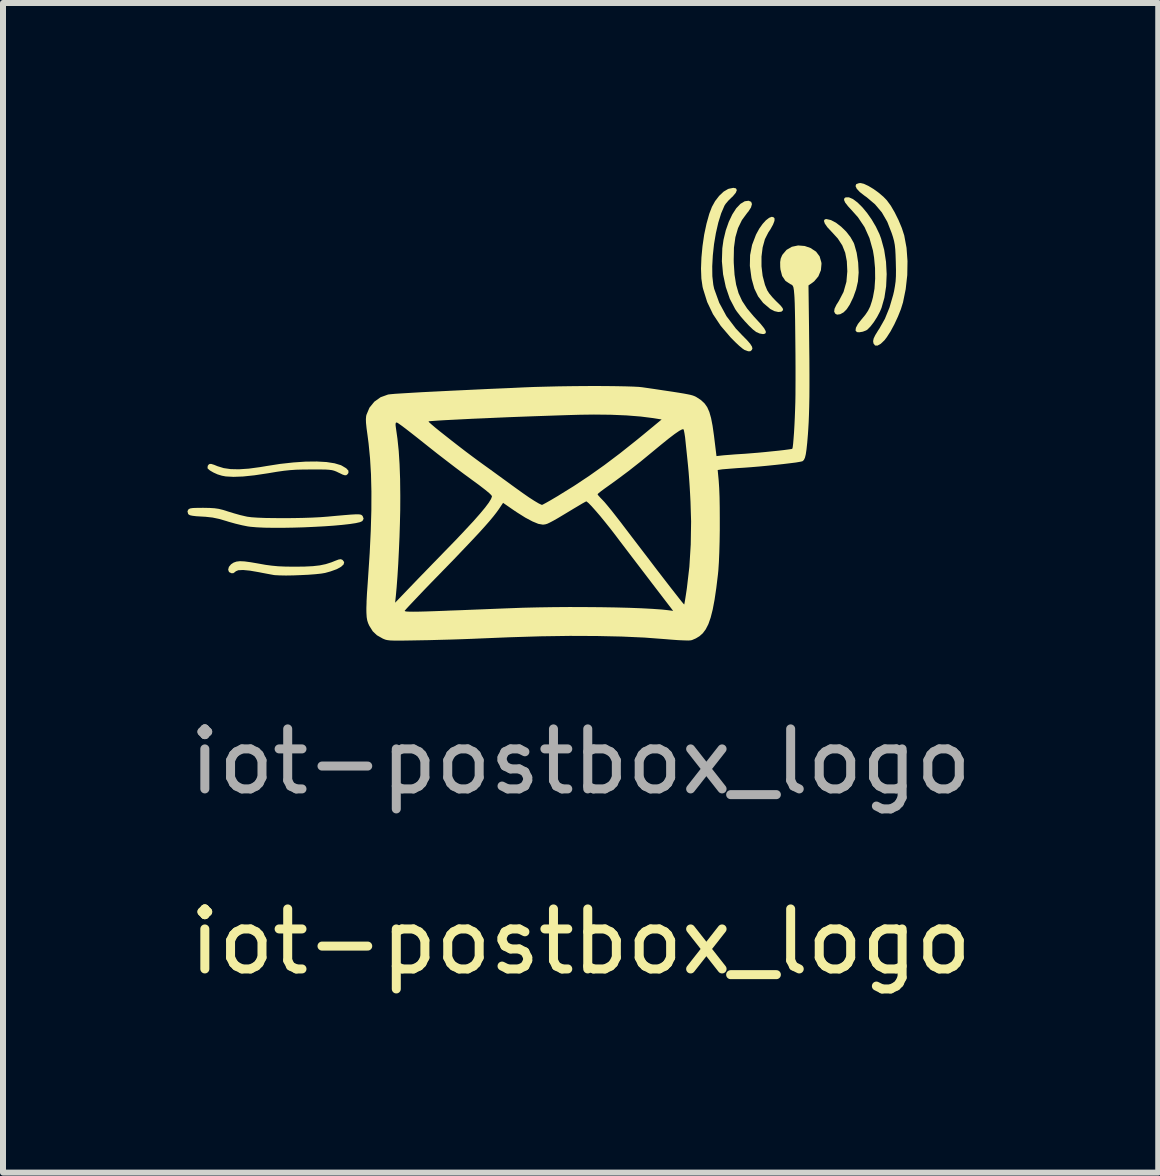
<source format=kicad_pcb>
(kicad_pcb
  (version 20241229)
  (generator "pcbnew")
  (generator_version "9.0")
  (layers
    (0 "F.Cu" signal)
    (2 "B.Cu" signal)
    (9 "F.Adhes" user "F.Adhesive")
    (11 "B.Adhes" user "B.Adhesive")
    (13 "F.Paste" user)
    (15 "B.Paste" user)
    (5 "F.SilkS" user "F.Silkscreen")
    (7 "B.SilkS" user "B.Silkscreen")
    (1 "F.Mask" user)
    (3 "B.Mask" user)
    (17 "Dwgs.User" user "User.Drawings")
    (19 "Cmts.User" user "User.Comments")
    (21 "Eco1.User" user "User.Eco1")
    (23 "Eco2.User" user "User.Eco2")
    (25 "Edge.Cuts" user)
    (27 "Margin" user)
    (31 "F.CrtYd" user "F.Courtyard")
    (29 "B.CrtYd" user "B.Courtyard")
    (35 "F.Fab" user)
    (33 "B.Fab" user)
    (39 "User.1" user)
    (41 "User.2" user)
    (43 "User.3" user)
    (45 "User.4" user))
  (footprint "iot-postbox_logo"
    (layer "F.Cu")
    (at 6.625 3.641)
    (property "Reference" "iot-postbox_logo" (at 0 9 0) (unlocked yes) (layer "F.SilkS") (effects (font (size 1 1) (thickness 0.15))))
    (fp_poly (pts (xy 4.171 -3.024) (xy 4.255 -2.98) (xy 4.342 -2.913) (xy 4.425 -2.832) (xy 4.496 -2.741) (xy 4.549 -2.648) (xy 4.559 -2.624) (xy 4.6 -2.479) (xy 4.625 -2.315) (xy 4.633 -2.149) (xy 4.621 -2) (xy 4.591 -1.87) (xy 4.543 -1.736) (xy 4.484 -1.614) (xy 4.434 -1.538) (xy 4.382 -1.486) (xy 4.325 -1.455) (xy 4.273 -1.448) (xy 4.243 -1.464) (xy 4.225 -1.498) (xy 4.231 -1.546) (xy 4.263 -1.613) (xy 4.303 -1.676) (xy 4.381 -1.826) (xy 4.429 -1.995) (xy 4.444 -2.17) (xy 4.436 -2.338) (xy 4.409 -2.479) (xy 4.36 -2.602) (xy 4.285 -2.717) (xy 4.184 -2.827) (xy 4.112 -2.904) (xy 4.069 -2.966) (xy 4.054 -3.011) (xy 4.069 -3.036) (xy 4.096 -3.041)) (stroke (width 0) (type solid)) (fill yes) (layer "F.SilkS"))
    (fp_poly (pts (xy 3.221 -3.067) (xy 3.232 -3.049) (xy 3.23 -3.01) (xy 3.206 -2.948) (xy 3.163 -2.87) (xy 3.128 -2.818) (xy 3.071 -2.706) (xy 3.033 -2.568) (xy 3.014 -2.415) (xy 3.014 -2.254) (xy 3.033 -2.094) (xy 3.072 -1.944) (xy 3.109 -1.854) (xy 3.143 -1.801) (xy 3.197 -1.736) (xy 3.258 -1.672) (xy 3.267 -1.664) (xy 3.332 -1.6) (xy 3.367 -1.555) (xy 3.374 -1.526) (xy 3.373 -1.523) (xy 3.345 -1.497) (xy 3.294 -1.492) (xy 3.231 -1.506) (xy 3.166 -1.539) (xy 3.155 -1.547) (xy 3.042 -1.643) (xy 2.957 -1.753) (xy 2.895 -1.882) (xy 2.851 -2.04) (xy 2.846 -2.065) (xy 2.82 -2.261) (xy 2.824 -2.44) (xy 2.857 -2.61) (xy 2.922 -2.78) (xy 2.926 -2.788) (xy 2.976 -2.88) (xy 3.032 -2.959) (xy 3.088 -3.021) (xy 3.142 -3.062) (xy 3.187 -3.079)) (stroke (width 0) (type solid)) (fill yes) (layer "F.SilkS"))
    (fp_poly (pts (xy 2.842 -3.328) (xy 2.855 -3.29) (xy 2.839 -3.234) (xy 2.794 -3.164) (xy 2.777 -3.145) (xy 2.688 -3.024) (xy 2.623 -2.89) (xy 2.579 -2.739) (xy 2.555 -2.564) (xy 2.551 -2.362) (xy 2.552 -2.308) (xy 2.565 -2.113) (xy 2.591 -1.949) (xy 2.632 -1.805) (xy 2.692 -1.675) (xy 2.774 -1.551) (xy 2.881 -1.423) (xy 2.917 -1.384) (xy 3.002 -1.291) (xy 3.058 -1.221) (xy 3.085 -1.172) (xy 3.085 -1.141) (xy 3.059 -1.126) (xy 3.036 -1.124) (xy 2.982 -1.134) (xy 2.925 -1.159) (xy 2.924 -1.16) (xy 2.873 -1.199) (xy 2.807 -1.262) (xy 2.735 -1.339) (xy 2.665 -1.42) (xy 2.604 -1.499) (xy 2.576 -1.54) (xy 2.486 -1.712) (xy 2.419 -1.908) (xy 2.374 -2.12) (xy 2.354 -2.338) (xy 2.361 -2.554) (xy 2.381 -2.695) (xy 2.419 -2.853) (xy 2.469 -2.995) (xy 2.528 -3.119) (xy 2.593 -3.22) (xy 2.663 -3.294) (xy 2.734 -3.337) (xy 2.799 -3.346)) (stroke (width 0) (type solid)) (fill yes) (layer "F.SilkS"))
    (fp_poly (pts (xy 4.538 -3.374) (xy 4.614 -3.317) (xy 4.693 -3.239) (xy 4.773 -3.143) (xy 4.85 -3.033) (xy 4.92 -2.914) (xy 4.979 -2.791) (xy 5.007 -2.716) (xy 5.058 -2.529) (xy 5.089 -2.328) (xy 5.1 -2.123) (xy 5.091 -1.92) (xy 5.062 -1.73) (xy 5.014 -1.561) (xy 4.987 -1.497) (xy 4.94 -1.408) (xy 4.885 -1.322) (xy 4.829 -1.25) (xy 4.779 -1.199) (xy 4.757 -1.185) (xy 4.702 -1.164) (xy 4.644 -1.154) (xy 4.604 -1.157) (xy 4.581 -1.183) (xy 4.587 -1.229) (xy 4.621 -1.293) (xy 4.677 -1.364) (xy 4.743 -1.444) (xy 4.79 -1.514) (xy 4.825 -1.585) (xy 4.854 -1.674) (xy 4.871 -1.738) (xy 4.897 -1.88) (xy 4.908 -2.046) (xy 4.906 -2.223) (xy 4.89 -2.399) (xy 4.871 -2.516) (xy 4.813 -2.724) (xy 4.731 -2.907) (xy 4.621 -3.071) (xy 4.532 -3.171) (xy 4.456 -3.254) (xy 4.408 -3.316) (xy 4.389 -3.36) (xy 4.396 -3.389) (xy 4.415 -3.402) (xy 4.471 -3.403)) (stroke (width 0) (type solid)) (fill yes) (layer "F.SilkS"))
    (fp_poly (pts (xy -3.968 2.639) (xy -3.967 2.639) (xy -3.94 2.675) (xy -3.949 2.714) (xy -3.992 2.754) (xy -4.065 2.794) (xy -4.168 2.831) (xy -4.258 2.856) (xy -4.323 2.867) (xy -4.418 2.877) (xy -4.534 2.886) (xy -4.66 2.892) (xy -4.788 2.897) (xy -4.909 2.899) (xy -5.013 2.897) (xy -5.091 2.893) (xy -5.11 2.891) (xy -5.154 2.883) (xy -5.224 2.87) (xy -5.309 2.854) (xy -5.359 2.844) (xy -5.509 2.818) (xy -5.624 2.807) (xy -5.704 2.811) (xy -5.748 2.829) (xy -5.754 2.837) (xy -5.787 2.86) (xy -5.818 2.861) (xy -5.859 2.841) (xy -5.873 2.802) (xy -5.861 2.755) (xy -5.825 2.712) (xy -5.783 2.684) (xy -5.735 2.667) (xy -5.676 2.66) (xy -5.598 2.664) (xy -5.496 2.678) (xy -5.373 2.699) (xy -5.251 2.721) (xy -5.145 2.735) (xy -5.04 2.745) (xy -4.925 2.75) (xy -4.785 2.752) (xy -4.765 2.752) (xy -4.598 2.75) (xy -4.461 2.743) (xy -4.346 2.73) (xy -4.246 2.709) (xy -4.152 2.679) (xy -4.09 2.654) (xy -4.032 2.632) (xy -3.995 2.627)) (stroke (width 0) (type solid)) (fill yes) (layer "F.SilkS"))
    (fp_poly (pts (xy -4.235 1.008) (xy -4.1 1.029) (xy -3.996 1.06) (xy -3.98 1.068) (xy -3.906 1.112) (xy -3.869 1.152) (xy -3.869 1.19) (xy -3.884 1.211) (xy -3.904 1.227) (xy -3.927 1.229) (xy -3.964 1.218) (xy -4.024 1.189) (xy -4.029 1.187) (xy -4.07 1.167) (xy -4.106 1.153) (xy -4.144 1.143) (xy -4.191 1.137) (xy -4.254 1.133) (xy -4.339 1.132) (xy -4.455 1.132) (xy -4.49 1.132) (xy -4.627 1.133) (xy -4.74 1.136) (xy -4.843 1.143) (xy -4.947 1.154) (xy -5.065 1.171) (xy -5.208 1.195) (xy -5.434 1.229) (xy -5.625 1.249) (xy -5.784 1.255) (xy -5.912 1.248) (xy -5.977 1.236) (xy -6.049 1.214) (xy -6.12 1.182) (xy -6.178 1.148) (xy -6.213 1.117) (xy -6.217 1.11) (xy -6.214 1.073) (xy -6.201 1.053) (xy -6.182 1.04) (xy -6.154 1.04) (xy -6.108 1.054) (xy -6.049 1.078) (xy -5.948 1.109) (xy -5.831 1.126) (xy -5.693 1.129) (xy -5.53 1.118) (xy -5.337 1.092) (xy -5.236 1.075) (xy -5.006 1.039) (xy -4.787 1.015) (xy -4.583 1.001) (xy -4.397 0.999)) (stroke (width 0) (type solid)) (fill yes) (layer "F.SilkS"))
    (fp_poly (pts (xy 2.589 -3.552) (xy 2.603 -3.523) (xy 2.585 -3.478) (xy 2.535 -3.418) (xy 2.516 -3.401) (xy 2.462 -3.348) (xy 2.417 -3.295) (xy 2.397 -3.264) (xy 2.342 -3.136) (xy 2.294 -2.981) (xy 2.254 -2.806) (xy 2.223 -2.622) (xy 2.203 -2.435) (xy 2.193 -2.254) (xy 2.195 -2.088) (xy 2.211 -1.945) (xy 2.225 -1.88) (xy 2.31 -1.645) (xy 2.43 -1.423) (xy 2.586 -1.217) (xy 2.692 -1.105) (xy 2.773 -1.023) (xy 2.826 -0.962) (xy 2.855 -0.916) (xy 2.863 -0.883) (xy 2.852 -0.858) (xy 2.827 -0.838) (xy 2.791 -0.838) (xy 2.734 -0.859) (xy 2.731 -0.86) (xy 2.696 -0.884) (xy 2.641 -0.93) (xy 2.576 -0.991) (xy 2.505 -1.063) (xy 2.499 -1.069) (xy 2.335 -1.261) (xy 2.206 -1.455) (xy 2.109 -1.658) (xy 2.041 -1.876) (xy 2.032 -1.912) (xy 2.012 -2.05) (xy 2.006 -2.215) (xy 2.013 -2.399) (xy 2.031 -2.59) (xy 2.059 -2.782) (xy 2.098 -2.965) (xy 2.144 -3.129) (xy 2.188 -3.244) (xy 2.241 -3.34) (xy 2.309 -3.428) (xy 2.383 -3.498) (xy 2.456 -3.541) (xy 2.47 -3.546) (xy 2.545 -3.561)) (stroke (width 0) (type solid)) (fill yes) (layer "F.SilkS"))
    (fp_poly (pts (xy 4.72 -3.628) (xy 4.795 -3.593) (xy 4.88 -3.542) (xy 4.966 -3.48) (xy 5.046 -3.412) (xy 5.102 -3.354) (xy 5.167 -3.266) (xy 5.234 -3.151) (xy 5.298 -3.022) (xy 5.353 -2.89) (xy 5.393 -2.766) (xy 5.394 -2.76) (xy 5.431 -2.561) (xy 5.447 -2.34) (xy 5.443 -2.107) (xy 5.417 -1.873) (xy 5.372 -1.652) (xy 5.337 -1.539) (xy 5.287 -1.414) (xy 5.228 -1.287) (xy 5.165 -1.17) (xy 5.102 -1.072) (xy 5.064 -1.022) (xy 5.001 -0.962) (xy 4.947 -0.932) (xy 4.906 -0.934) (xy 4.88 -0.968) (xy 4.88 -0.969) (xy 4.874 -1.007) (xy 4.883 -1.051) (xy 4.91 -1.107) (xy 4.957 -1.184) (xy 4.979 -1.217) (xy 5.07 -1.378) (xy 5.147 -1.567) (xy 5.208 -1.776) (xy 5.223 -1.84) (xy 5.238 -1.925) (xy 5.249 -2.004) (xy 5.254 -2.089) (xy 5.255 -2.191) (xy 5.252 -2.32) (xy 5.252 -2.324) (xy 5.248 -2.445) (xy 5.243 -2.536) (xy 5.235 -2.61) (xy 5.223 -2.674) (xy 5.205 -2.741) (xy 5.183 -2.808) (xy 5.11 -2.995) (xy 5.019 -3.152) (xy 4.906 -3.286) (xy 4.766 -3.405) (xy 4.73 -3.43) (xy 4.651 -3.492) (xy 4.601 -3.546) (xy 4.581 -3.591) (xy 4.593 -3.623) (xy 4.638 -3.639) (xy 4.665 -3.641)) (stroke (width 0) (type solid)) (fill yes) (layer "F.SilkS"))
    (fp_poly (pts (xy -6.289 1.771) (xy -6.182 1.773) (xy -6.101 1.778) (xy -6.031 1.788) (xy -5.958 1.806) (xy -5.873 1.833) (xy -5.775 1.863) (xy -5.672 1.892) (xy -5.582 1.913) (xy -5.554 1.919) (xy -5.484 1.928) (xy -5.382 1.935) (xy -5.255 1.94) (xy -5.11 1.942) (xy -4.952 1.943) (xy -4.789 1.942) (xy -4.628 1.939) (xy -4.475 1.934) (xy -4.336 1.927) (xy -4.219 1.918) (xy -4.057 1.903) (xy -3.929 1.892) (xy -3.831 1.884) (xy -3.759 1.88) (xy -3.708 1.879) (xy -3.674 1.882) (xy -3.653 1.889) (xy -3.64 1.899) (xy -3.63 1.913) (xy -3.629 1.915) (xy -3.616 1.953) (xy -3.632 1.984) (xy -3.641 1.994) (xy -3.677 2.01) (xy -3.747 2.026) (xy -3.846 2.041) (xy -3.97 2.055) (xy -4.113 2.068) (xy -4.271 2.079) (xy -4.439 2.088) (xy -4.613 2.096) (xy -4.787 2.101) (xy -4.957 2.104) (xy -5.118 2.104) (xy -5.265 2.102) (xy -5.394 2.096) (xy -5.499 2.087) (xy -5.545 2.081) (xy -5.64 2.062) (xy -5.752 2.035) (xy -5.863 2.004) (xy -5.904 1.991) (xy -6.024 1.956) (xy -6.133 1.933) (xy -6.252 1.92) (xy -6.308 1.917) (xy -6.405 1.911) (xy -6.471 1.903) (xy -6.511 1.894) (xy -6.534 1.88) (xy -6.54 1.872) (xy -6.551 1.83) (xy -6.54 1.804) (xy -6.526 1.79) (xy -6.501 1.78) (xy -6.459 1.774) (xy -6.392 1.772) (xy -6.293 1.771)) (stroke (width 0) (type solid)) (fill yes) (layer "F.SilkS"))
    (fp_poly (pts (xy 3.734 -2.592) (xy 3.83 -2.559) (xy 3.923 -2.498) (xy 3.982 -2.42) (xy 4.011 -2.321) (xy 4.014 -2.297) (xy 4.004 -2.188) (xy 3.962 -2.086) (xy 3.892 -2.003) (xy 3.862 -1.98) (xy 3.797 -1.935) (xy 3.806 -1.244) (xy 3.809 -0.948) (xy 3.812 -0.686) (xy 3.813 -0.457) (xy 3.813 -0.255) (xy 3.812 -0.077) (xy 3.809 0.08) (xy 3.805 0.221) (xy 3.8 0.348) (xy 3.793 0.465) (xy 3.788 0.541) (xy 3.776 0.686) (xy 3.764 0.798) (xy 3.752 0.879) (xy 3.738 0.936) (xy 3.721 0.972) (xy 3.702 0.991) (xy 3.693 0.996) (xy 3.656 1.004) (xy 3.586 1.016) (xy 3.49 1.028) (xy 3.374 1.042) (xy 3.245 1.056) (xy 3.108 1.07) (xy 2.97 1.083) (xy 2.837 1.094) (xy 2.73 1.102) (xy 2.617 1.109) (xy 2.513 1.117) (xy 2.427 1.124) (xy 2.366 1.129) (xy 2.343 1.132) (xy 2.284 1.141) (xy 2.301 1.32) (xy 2.309 1.441) (xy 2.315 1.592) (xy 2.318 1.765) (xy 2.319 1.951) (xy 2.319 2.144) (xy 2.316 2.334) (xy 2.311 2.514) (xy 2.304 2.677) (xy 2.295 2.813) (xy 2.289 2.875) (xy 2.261 3.106) (xy 2.232 3.302) (xy 2.201 3.466) (xy 2.167 3.6) (xy 2.129 3.709) (xy 2.085 3.795) (xy 2.036 3.861) (xy 1.981 3.91) (xy 1.92 3.947) (xy 1.857 3.974) (xy 1.836 3.979) (xy 1.795 3.982) (xy 1.723 3.98) (xy 1.628 3.976) (xy 1.518 3.968) (xy 1.408 3.959) (xy 1.064 3.933) (xy 0.686 3.916) (xy 0.272 3.907) (xy -0.178 3.905) (xy -0.664 3.912) (xy -1.186 3.928) (xy -1.674 3.948) (xy -1.811 3.954) (xy -1.976 3.96) (xy -2.159 3.966) (xy -2.347 3.971) (xy -2.529 3.976) (xy -2.651 3.978) (xy -2.814 3.981) (xy -2.942 3.983) (xy -3.042 3.984) (xy -3.117 3.983) (xy -3.173 3.981) (xy -3.215 3.976) (xy -3.246 3.97) (xy -3.273 3.96) (xy -3.299 3.949) (xy -3.3 3.948) (xy -3.395 3.894) (xy -3.464 3.828) (xy -3.521 3.737) (xy -3.524 3.731) (xy -3.542 3.691) (xy -3.556 3.646) (xy -3.565 3.592) (xy -3.569 3.525) (xy -3.57 3.488) (xy -2.932 3.488) (xy -2.925 3.494) (xy -2.901 3.499) (xy -2.858 3.501) (xy -2.792 3.502) (xy -2.701 3.501) (xy -2.582 3.498) (xy -2.43 3.493) (xy -2.244 3.486) (xy -2.177 3.483) (xy -2.004 3.477) (xy -1.809 3.469) (xy -1.605 3.461) (xy -1.409 3.453) (xy -1.233 3.446) (xy -1.202 3.445) (xy -0.963 3.436) (xy -0.71 3.43) (xy -0.449 3.426) (xy -0.185 3.424) (xy 0.078 3.425) (xy 0.334 3.427) (xy 0.58 3.431) (xy 0.809 3.437) (xy 1.018 3.445) (xy 1.202 3.455) (xy 1.355 3.466) (xy 1.449 3.476) (xy 1.542 3.488) (xy 1.188 3.026) (xy 1.083 2.888) (xy 0.97 2.74) (xy 0.857 2.592) (xy 0.749 2.45) (xy 0.653 2.324) (xy 0.586 2.235) (xy 0.496 2.118) (xy 0.407 2.007) (xy 0.323 1.904) (xy 0.246 1.815) (xy 0.182 1.743) (xy 0.132 1.692) (xy 0.1 1.666) (xy 0.094 1.664) (xy 0.075 1.673) (xy 0.028 1.699) (xy -0.039 1.739) (xy -0.12 1.787) (xy -0.151 1.806) (xy -0.279 1.883) (xy -0.379 1.943) (xy -0.455 1.986) (xy -0.512 2.016) (xy -0.554 2.036) (xy -0.587 2.046) (xy -0.615 2.05) (xy -0.632 2.051) (xy -0.705 2.038) (xy -0.802 1.998) (xy -0.922 1.934) (xy -1.062 1.846) (xy -1.11 1.814) (xy -1.292 1.688) (xy -1.365 1.797) (xy -1.405 1.852) (xy -1.456 1.917) (xy -1.52 1.994) (xy -1.599 2.084) (xy -1.695 2.19) (xy -1.81 2.313) (xy -1.947 2.457) (xy -2.106 2.624) (xy -2.291 2.814) (xy -2.358 2.883) (xy -2.48 3.008) (xy -2.593 3.125) (xy -2.694 3.231) (xy -2.781 3.323) (xy -2.851 3.397) (xy -2.901 3.451) (xy -2.928 3.482) (xy -2.932 3.488) (xy -3.57 3.488) (xy -3.57 3.439) (xy -3.567 3.352) (xy -3.091 3.352) (xy -2.871 3.123) (xy -2.796 3.045) (xy -2.701 2.946) (xy -2.591 2.833) (xy -2.474 2.712) (xy -2.356 2.591) (xy -2.264 2.496) (xy -2.076 2.303) (xy -1.917 2.134) (xy -1.783 1.99) (xy -1.675 1.867) (xy -1.591 1.766) (xy -1.531 1.686) (xy -1.493 1.624) (xy -1.477 1.582) (xy -1.487 1.561) (xy -1.525 1.524) (xy -1.592 1.469) (xy -1.688 1.395) (xy -1.815 1.302) (xy -1.828 1.292) (xy -1.947 1.205) (xy -2.087 1.1) (xy -2.237 0.985) (xy -2.39 0.867) (xy -2.534 0.753) (xy -2.612 0.691) (xy -2.724 0.602) (xy -2.826 0.522) (xy -2.915 0.453) (xy -2.987 0.399) (xy -3.038 0.363) (xy -3.064 0.348) (xy -3.065 0.348) (xy -3.081 0.357) (xy -3.084 0.389) (xy -3.079 0.43) (xy -3.052 0.621) (xy -3.031 0.824) (xy -3.017 1.044) (xy -3.008 1.289) (xy -3.005 1.564) (xy -3.005 1.615) (xy -3.006 1.812) (xy -3.011 2.027) (xy -3.018 2.254) (xy -3.028 2.482) (xy -3.039 2.704) (xy -3.052 2.912) (xy -3.066 3.097) (xy -3.079 3.239) (xy -3.091 3.352) (xy -3.567 3.352) (xy -3.567 3.331) (xy -3.56 3.196) (xy -3.548 3.028) (xy -3.542 2.939) (xy -3.515 2.53) (xy -3.497 2.156) (xy -3.487 1.814) (xy -3.486 1.5) (xy -3.493 1.212) (xy -3.509 0.946) (xy -3.533 0.7) (xy -3.551 0.561) (xy -3.567 0.444) (xy -3.576 0.357) (xy -3.577 0.331) (xy -2.535 0.331) (xy -2.524 0.346) (xy -2.486 0.38) (xy -2.425 0.432) (xy -2.345 0.497) (xy -2.25 0.572) (xy -2.146 0.654) (xy -2.034 0.741) (xy -1.921 0.828) (xy -1.809 0.912) (xy -1.702 0.991) (xy -1.625 1.047) (xy -1.508 1.131) (xy -1.383 1.222) (xy -1.259 1.312) (xy -1.148 1.393) (xy -1.083 1.44) (xy -0.966 1.524) (xy -0.861 1.597) (xy -0.771 1.655) (xy -0.7 1.697) (xy -0.654 1.719) (xy -0.642 1.722) (xy -0.621 1.712) (xy -0.573 1.686) (xy -0.504 1.647) (xy -0.421 1.598) (xy -0.38 1.574) (xy -0.334 1.545) (xy 0.282 1.545) (xy 0.295 1.565) (xy 0.328 1.602) (xy 0.361 1.636) (xy 0.397 1.674) (xy 0.45 1.737) (xy 0.518 1.82) (xy 0.594 1.917) (xy 0.675 2.021) (xy 0.705 2.061) (xy 0.858 2.262) (xy 1.004 2.453) (xy 1.141 2.632) (xy 1.267 2.798) (xy 1.382 2.947) (xy 1.483 3.078) (xy 1.569 3.188) (xy 1.638 3.276) (xy 1.688 3.339) (xy 1.718 3.374) (xy 1.726 3.382) (xy 1.731 3.362) (xy 1.74 3.31) (xy 1.752 3.234) (xy 1.766 3.141) (xy 1.771 3.106) (xy 1.812 2.755) (xy 1.835 2.382) (xy 1.841 1.997) (xy 1.831 1.67) (xy 1.824 1.536) (xy 1.817 1.414) (xy 1.809 1.298) (xy 1.8 1.179) (xy 1.788 1.051) (xy 1.773 0.904) (xy 1.755 0.733) (xy 1.741 0.596) (xy 1.731 0.532) (xy 1.721 0.481) (xy 1.714 0.462) (xy 1.692 0.463) (xy 1.643 0.489) (xy 1.567 0.541) (xy 1.466 0.618) (xy 1.341 0.719) (xy 1.192 0.842) (xy 1 1) (xy 0.799 1.158) (xy 0.602 1.305) (xy 0.466 1.403) (xy 0.393 1.455) (xy 0.334 1.499) (xy 0.295 1.531) (xy 0.282 1.545) (xy -0.334 1.545) (xy -0.114 1.409) (xy 0.142 1.239) (xy 0.396 1.059) (xy 0.656 0.863) (xy 0.93 0.645) (xy 1.044 0.552) (xy 1.35 0.299) (xy 1.208 0.276) (xy 1.003 0.25) (xy 0.766 0.231) (xy 0.504 0.22) (xy 0.221 0.217) (xy -0.009 0.22) (xy -0.184 0.225) (xy -0.373 0.231) (xy -0.574 0.238) (xy -0.781 0.245) (xy -0.993 0.253) (xy -1.204 0.261) (xy -1.412 0.27) (xy -1.613 0.279) (xy -1.803 0.287) (xy -1.979 0.296) (xy -2.137 0.304) (xy -2.274 0.311) (xy -2.386 0.318) (xy -2.469 0.324) (xy -2.52 0.328) (xy -2.535 0.331) (xy -3.577 0.331) (xy -3.578 0.293) (xy -3.574 0.245) (xy -3.569 0.222) (xy -3.519 0.103) (xy -3.438 0.003) (xy -3.333 -0.072) (xy -3.211 -0.116) (xy -3.208 -0.117) (xy -3.167 -0.122) (xy -3.09 -0.129) (xy -2.977 -0.136) (xy -2.828 -0.145) (xy -2.643 -0.156) (xy -2.421 -0.167) (xy -2.161 -0.18) (xy -1.864 -0.194) (xy -1.529 -0.21) (xy -1.156 -0.226) (xy -0.948 -0.236) (xy -0.768 -0.243) (xy -0.576 -0.248) (xy -0.374 -0.253) (xy -0.169 -0.256) (xy 0.035 -0.258) (xy 0.234 -0.259) (xy 0.422 -0.258) (xy 0.595 -0.256) (xy 0.747 -0.253) (xy 0.874 -0.249) (xy 0.972 -0.244) (xy 1.027 -0.238) (xy 1.228 -0.209) (xy 1.393 -0.184) (xy 1.528 -0.164) (xy 1.636 -0.147) (xy 1.72 -0.133) (xy 1.784 -0.121) (xy 1.832 -0.111) (xy 1.868 -0.101) (xy 1.895 -0.091) (xy 1.917 -0.081) (xy 1.936 -0.07) (xy 2.007 -0.023) (xy 2.064 0.03) (xy 2.109 0.093) (xy 2.145 0.174) (xy 2.174 0.276) (xy 2.199 0.405) (xy 2.222 0.567) (xy 2.224 0.583) (xy 2.264 0.909) (xy 2.352 0.899) (xy 2.403 0.894) (xy 2.483 0.888) (xy 2.582 0.88) (xy 2.693 0.873) (xy 2.741 0.87) (xy 2.84 0.862) (xy 2.952 0.853) (xy 3.07 0.842) (xy 3.186 0.83) (xy 3.295 0.819) (xy 3.39 0.808) (xy 3.465 0.798) (xy 3.513 0.791) (xy 3.527 0.787) (xy 3.534 0.762) (xy 3.541 0.705) (xy 3.548 0.621) (xy 3.556 0.516) (xy 3.563 0.396) (xy 3.569 0.267) (xy 3.574 0.135) (xy 3.578 0.006) (xy 3.58 -0.114) (xy 3.58 -0.137) (xy 3.581 -0.354) (xy 3.581 -0.571) (xy 3.58 -0.785) (xy 3.578 -0.99) (xy 3.576 -1.182) (xy 3.574 -1.356) (xy 3.571 -1.509) (xy 3.568 -1.635) (xy 3.564 -1.73) (xy 3.561 -1.776) (xy 3.554 -1.854) (xy 3.546 -1.903) (xy 3.534 -1.931) (xy 3.514 -1.948) (xy 3.492 -1.958) (xy 3.413 -2.011) (xy 3.358 -2.092) (xy 3.33 -2.201) (xy 3.326 -2.245) (xy 3.325 -2.324) (xy 3.334 -2.381) (xy 3.355 -2.432) (xy 3.364 -2.448) (xy 3.431 -2.527) (xy 3.52 -2.579) (xy 3.624 -2.601)) (stroke (width 0) (type solid)) (fill yes) (layer "F.SilkS"))
    (fp_text user "${REFERENCE}" (at 0 6 0) (unlocked yes) (layer "F.Fab") (effects (font (size 1 1) (thickness 0.15)))))
  (gr_rect
    (start -3 -3)
    (end 16.25 16.489)
    (stroke (width 0.1) (type default))
    (fill no)
    (layer "Edge.Cuts")))
</source>
